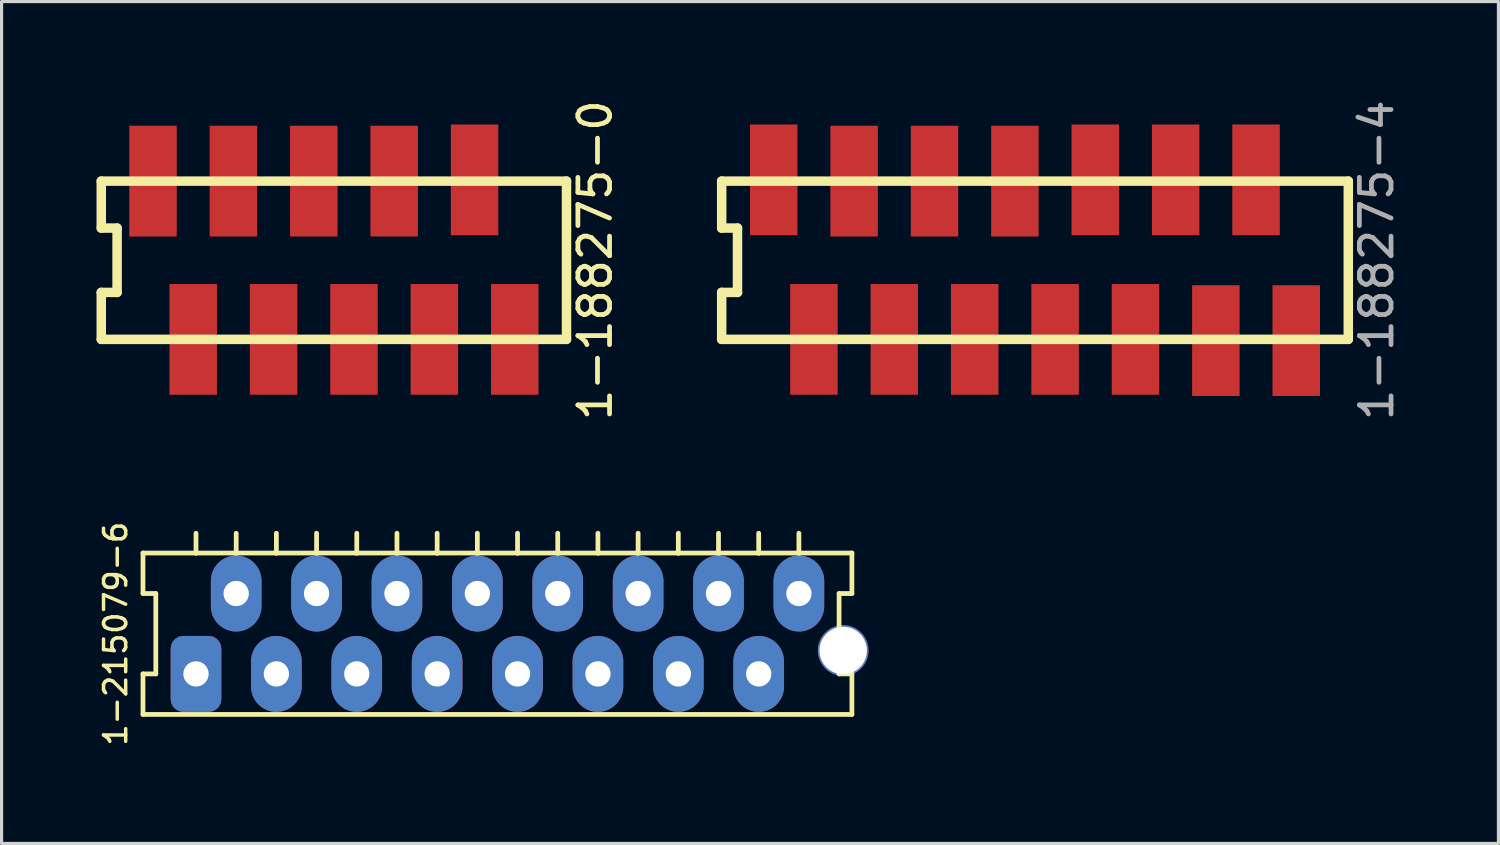
<source format=kicad_pcb>
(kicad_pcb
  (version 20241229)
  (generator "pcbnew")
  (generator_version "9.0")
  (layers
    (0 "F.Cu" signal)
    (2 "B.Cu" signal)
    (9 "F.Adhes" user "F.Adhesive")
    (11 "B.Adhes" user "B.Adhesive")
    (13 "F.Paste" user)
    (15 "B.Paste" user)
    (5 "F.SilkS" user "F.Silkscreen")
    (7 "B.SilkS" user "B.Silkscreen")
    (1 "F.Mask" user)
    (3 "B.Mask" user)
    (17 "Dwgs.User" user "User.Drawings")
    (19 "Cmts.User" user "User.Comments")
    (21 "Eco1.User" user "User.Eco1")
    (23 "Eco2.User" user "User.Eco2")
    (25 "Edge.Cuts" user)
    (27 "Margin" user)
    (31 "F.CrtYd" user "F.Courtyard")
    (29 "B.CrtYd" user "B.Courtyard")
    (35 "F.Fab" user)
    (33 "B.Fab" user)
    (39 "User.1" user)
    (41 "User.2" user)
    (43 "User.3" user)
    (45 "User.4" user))
  (footprint "1-215079-6"
    (layer "F.Cu")
    (at 12.668 16.974)
    (property "Reference" "1-215079-6" (at -12.065 0 90) (layer "F.SilkS") (effects (font (size 0.7 0.7) (thickness 0.11))))
    (attr through_hole)
    (fp_line (start -11.2 -2.55) (end -11.2 -1.27) (stroke (width 0.15) (type solid)) (layer "F.SilkS"))
    (fp_line (start -11.2 -1.27) (end -10.795 -1.27) (stroke (width 0.15) (type solid)) (layer "F.SilkS"))
    (fp_line (start -11.2 1.27) (end -11.2 2.55) (stroke (width 0.15) (type solid)) (layer "F.SilkS"))
    (fp_line (start -11.2 2.55) (end 11.2 2.55) (stroke (width 0.15) (type solid)) (layer "F.SilkS"))
    (fp_line (start -10.795 -1.27) (end -10.795 1.27) (stroke (width 0.15) (type solid)) (layer "F.SilkS"))
    (fp_line (start -10.795 1.27) (end -11.2 1.27) (stroke (width 0.15) (type solid)) (layer "F.SilkS"))
    (fp_line (start -9.525 -2.54) (end -9.525 -3.175) (stroke (width 0.15) (type solid)) (layer "F.SilkS"))
    (fp_line (start -8.255 -2.54) (end -8.255 -3.175) (stroke (width 0.15) (type solid)) (layer "F.SilkS"))
    (fp_line (start -6.985 -2.54) (end -6.985 -3.175) (stroke (width 0.15) (type solid)) (layer "F.SilkS"))
    (fp_line (start -5.715 -2.54) (end -5.715 -3.175) (stroke (width 0.15) (type solid)) (layer "F.SilkS"))
    (fp_line (start -4.445 -2.54) (end -4.445 -3.175) (stroke (width 0.15) (type solid)) (layer "F.SilkS"))
    (fp_line (start -3.175 -2.54) (end -3.175 -3.175) (stroke (width 0.15) (type solid)) (layer "F.SilkS"))
    (fp_line (start -1.905 -2.54) (end -1.905 -3.175) (stroke (width 0.15) (type solid)) (layer "F.SilkS"))
    (fp_line (start -0.635 -2.54) (end -0.635 -3.175) (stroke (width 0.15) (type solid)) (layer "F.SilkS"))
    (fp_line (start 0.635 -2.54) (end 0.635 -3.175) (stroke (width 0.15) (type solid)) (layer "F.SilkS"))
    (fp_line (start 1.905 -2.54) (end 1.905 -3.175) (stroke (width 0.15) (type solid)) (layer "F.SilkS"))
    (fp_line (start 3.175 -2.54) (end 3.175 -3.175) (stroke (width 0.15) (type solid)) (layer "F.SilkS"))
    (fp_line (start 4.445 -2.54) (end 4.445 -3.175) (stroke (width 0.15) (type solid)) (layer "F.SilkS"))
    (fp_line (start 5.715 -2.54) (end 5.715 -3.175) (stroke (width 0.15) (type solid)) (layer "F.SilkS"))
    (fp_line (start 6.985 -2.54) (end 6.985 -3.175) (stroke (width 0.15) (type solid)) (layer "F.SilkS"))
    (fp_line (start 8.255 -2.54) (end 8.255 -3.175) (stroke (width 0.15) (type solid)) (layer "F.SilkS"))
    (fp_line (start 9.525 -2.54) (end 9.525 -3.175) (stroke (width 0.15) (type solid)) (layer "F.SilkS"))
    (fp_line (start 10.795 -1.27) (end 10.795 1.27) (stroke (width 0.15) (type solid)) (layer "F.SilkS"))
    (fp_line (start 10.795 1.27) (end 11.2 1.27) (stroke (width 0.15) (type solid)) (layer "F.SilkS"))
    (fp_line (start 11.2 -2.55) (end -11.2 -2.55) (stroke (width 0.15) (type solid)) (layer "F.SilkS"))
    (fp_line (start 11.2 -1.27) (end 10.795 -1.27) (stroke (width 0.15) (type solid)) (layer "F.SilkS"))
    (fp_line (start 11.2 -1.27) (end 11.2 -2.55) (stroke (width 0.15) (type solid)) (layer "F.SilkS"))
    (fp_line (start 11.2 1.27) (end 11.2 2.55) (stroke (width 0.15) (type solid)) (layer "F.SilkS"))
    (pad "" np_thru_hole circle (at 10.925 0.53) (size 1.6 1.6) (drill 1.5) (layers "*.Cu" "*.Mask"))
    (pad "1" thru_hole roundrect (at -9.525 1.27) (size 1.6 2.4) (drill 0.8) (layers "*.Cu" "*.Mask") (roundrect_rratio 0.25))
    (pad "2" thru_hole oval (at -8.255 -1.27) (size 1.6 2.4) (drill 0.8) (layers "*.Cu" "*.Mask"))
    (pad "3" thru_hole oval (at -6.985 1.27) (size 1.6 2.4) (drill 0.8) (layers "*.Cu" "*.Mask"))
    (pad "4" thru_hole oval (at -5.715 -1.27) (size 1.6 2.4) (drill 0.8) (layers "*.Cu" "*.Mask"))
    (pad "5" thru_hole oval (at -4.445 1.27) (size 1.6 2.4) (drill 0.8) (layers "*.Cu" "*.Mask"))
    (pad "6" thru_hole oval (at -3.175 -1.27) (size 1.6 2.4) (drill 0.8) (layers "*.Cu" "*.Mask"))
    (pad "7" thru_hole oval (at -1.905 1.27) (size 1.6 2.4) (drill 0.8) (layers "*.Cu" "*.Mask"))
    (pad "8" thru_hole oval (at -0.635 -1.27) (size 1.6 2.4) (drill 0.8) (layers "*.Cu" "*.Mask"))
    (pad "9" thru_hole oval (at 0.635 1.27) (size 1.6 2.4) (drill 0.8) (layers "*.Cu" "*.Mask"))
    (pad "10" thru_hole oval (at 1.905 -1.27) (size 1.6 2.4) (drill 0.8) (layers "*.Cu" "*.Mask"))
    (pad "11" thru_hole oval (at 3.175 1.27) (size 1.6 2.4) (drill 0.8) (layers "*.Cu" "*.Mask"))
    (pad "12" thru_hole oval (at 4.445 -1.27) (size 1.6 2.4) (drill 0.8) (layers "*.Cu" "*.Mask"))
    (pad "13" thru_hole oval (at 5.715 1.27) (size 1.6 2.4) (drill 0.8) (layers "*.Cu" "*.Mask"))
    (pad "14" thru_hole oval (at 6.985 -1.27) (size 1.6 2.4) (drill 0.8) (layers "*.Cu" "*.Mask"))
    (pad "15" thru_hole oval (at 8.255 1.27) (size 1.6 2.4) (drill 0.8) (layers "*.Cu" "*.Mask"))
    (pad "16" thru_hole oval (at 9.525 -1.27) (size 1.6 2.4) (drill 0.8) (layers "*.Cu" "*.Mask")))
  (footprint "1-188275-4"
    (layer "F.Cu")
    (at 29.653 5.173)
    (property "Reference" "1-188275-4" (at 10.795 0 90) (layer "F.Fab") (effects (font (size 1 1) (thickness 0.15))))
    (attr through_hole)
    (fp_line (start -9.9 -2.5) (end 9.9 -2.5) (stroke (width 0.3) (type solid)) (layer "F.SilkS"))
    (fp_line (start -9.9 -1.016) (end -9.9 -2.5) (stroke (width 0.3) (type solid)) (layer "F.SilkS"))
    (fp_line (start -9.9 -1.016) (end -9.4 -1.016) (stroke (width 0.3) (type solid)) (layer "F.SilkS"))
    (fp_line (start -9.9 1.016) (end -9.9 2.5) (stroke (width 0.3) (type solid)) (layer "F.SilkS"))
    (fp_line (start -9.4 -1.016) (end -9.4 1.016) (stroke (width 0.3) (type solid)) (layer "F.SilkS"))
    (fp_line (start -9.4 1.016) (end -9.9 1.016) (stroke (width 0.3) (type solid)) (layer "F.SilkS"))
    (fp_line (start 9.9 -2.5) (end 9.9 2.5) (stroke (width 0.3) (type solid)) (layer "F.SilkS"))
    (fp_line (start 9.9 2.5) (end -9.9 2.5) (stroke (width 0.3) (type solid)) (layer "F.SilkS"))
    (pad "1" smd rect (at -8.255 -2.54) (size 1.5 3.5) (layers "F.Cu" "F.Mask" "F.Paste"))
    (pad "2" smd rect (at -6.985 2.5) (size 1.5 3.5) (layers "F.Cu" "F.Mask" "F.Paste"))
    (pad "3" smd rect (at -5.715 -2.5) (size 1.5 3.5) (layers "F.Cu" "F.Mask" "F.Paste"))
    (pad "4" smd rect (at -4.445 2.5) (size 1.5 3.5) (layers "F.Cu" "F.Mask" "F.Paste"))
    (pad "5" smd rect (at -3.175 -2.5) (size 1.5 3.5) (layers "F.Cu" "F.Mask" "F.Paste"))
    (pad "6" smd rect (at -1.905 2.5) (size 1.5 3.5) (layers "F.Cu" "F.Mask" "F.Paste"))
    (pad "7" smd rect (at -0.635 -2.5) (size 1.5 3.5) (layers "F.Cu" "F.Mask" "F.Paste"))
    (pad "8" smd rect (at 0.635 2.5) (size 1.5 3.5) (layers "F.Cu" "F.Mask" "F.Paste"))
    (pad "9" smd rect (at 1.905 -2.54) (size 1.5 3.5) (layers "F.Cu" "F.Mask" "F.Paste"))
    (pad "10" smd rect (at 3.175 2.5) (size 1.5 3.5) (layers "F.Cu" "F.Mask" "F.Paste"))
    (pad "11" smd rect (at 4.445 -2.54) (size 1.5 3.5) (layers "F.Cu" "F.Mask" "F.Paste"))
    (pad "12" smd rect (at 5.715 2.54) (size 1.5 3.5) (layers "F.Cu" "F.Mask" "F.Paste"))
    (pad "13" smd rect (at 6.985 -2.54) (size 1.5 3.5) (layers "F.Cu" "F.Mask" "F.Paste"))
    (pad "14" smd rect (at 8.255 2.54) (size 1.5 3.5) (layers "F.Cu" "F.Mask" "F.Paste")))
  (footprint "1-188275-0"
    (layer "F.Cu")
    (at 7.5 5.173)
    (property "Reference" "1-188275-0" (at 8.255 0 90) (layer "F.SilkS") (effects (font (size 1 1) (thickness 0.15))))
    (attr through_hole)
    (fp_line (start -7.35 -2.5) (end 7.35 -2.5) (stroke (width 0.3) (type solid)) (layer "F.SilkS"))
    (fp_line (start -7.35 -1.016) (end -7.35 -2.5) (stroke (width 0.3) (type solid)) (layer "F.SilkS"))
    (fp_line (start -7.35 -1.016) (end -6.85 -1.016) (stroke (width 0.3) (type solid)) (layer "F.SilkS"))
    (fp_line (start -7.35 1.016) (end -7.35 2.5) (stroke (width 0.3) (type solid)) (layer "F.SilkS"))
    (fp_line (start -6.85 -1.016) (end -6.85 1.016) (stroke (width 0.3) (type solid)) (layer "F.SilkS"))
    (fp_line (start -6.85 1.016) (end -7.35 1.016) (stroke (width 0.3) (type solid)) (layer "F.SilkS"))
    (fp_line (start 7.35 -2.5) (end 7.35 2.5) (stroke (width 0.3) (type solid)) (layer "F.SilkS"))
    (fp_line (start 7.35 2.5) (end -7.35 2.5) (stroke (width 0.3) (type solid)) (layer "F.SilkS"))
    (pad "1" smd rect (at -5.715 -2.5) (size 1.5 3.5) (layers "F.Cu" "F.Mask" "F.Paste"))
    (pad "2" smd rect (at -4.445 2.5) (size 1.5 3.5) (layers "F.Cu" "F.Mask" "F.Paste"))
    (pad "3" smd rect (at -3.175 -2.5) (size 1.5 3.5) (layers "F.Cu" "F.Mask" "F.Paste"))
    (pad "4" smd rect (at -1.905 2.5) (size 1.5 3.5) (layers "F.Cu" "F.Mask" "F.Paste"))
    (pad "5" smd rect (at -0.635 -2.5) (size 1.5 3.5) (layers "F.Cu" "F.Mask" "F.Paste"))
    (pad "6" smd rect (at 0.635 2.5) (size 1.5 3.5) (layers "F.Cu" "F.Mask" "F.Paste"))
    (pad "7" smd rect (at 1.905 -2.5) (size 1.5 3.5) (layers "F.Cu" "F.Mask" "F.Paste"))
    (pad "8" smd rect (at 3.175 2.5) (size 1.5 3.5) (layers "F.Cu" "F.Mask" "F.Paste"))
    (pad "9" smd rect (at 4.445 -2.54) (size 1.5 3.5) (layers "F.Cu" "F.Mask" "F.Paste"))
    (pad "10" smd rect (at 5.715 2.5) (size 1.5 3.5) (layers "F.Cu" "F.Mask" "F.Paste")))
  (gr_rect
    (start -3 -3)
    (end 44.297 23.602)
    (stroke (width 0.1) (type default))
    (fill no)
    (layer "Edge.Cuts")))
</source>
